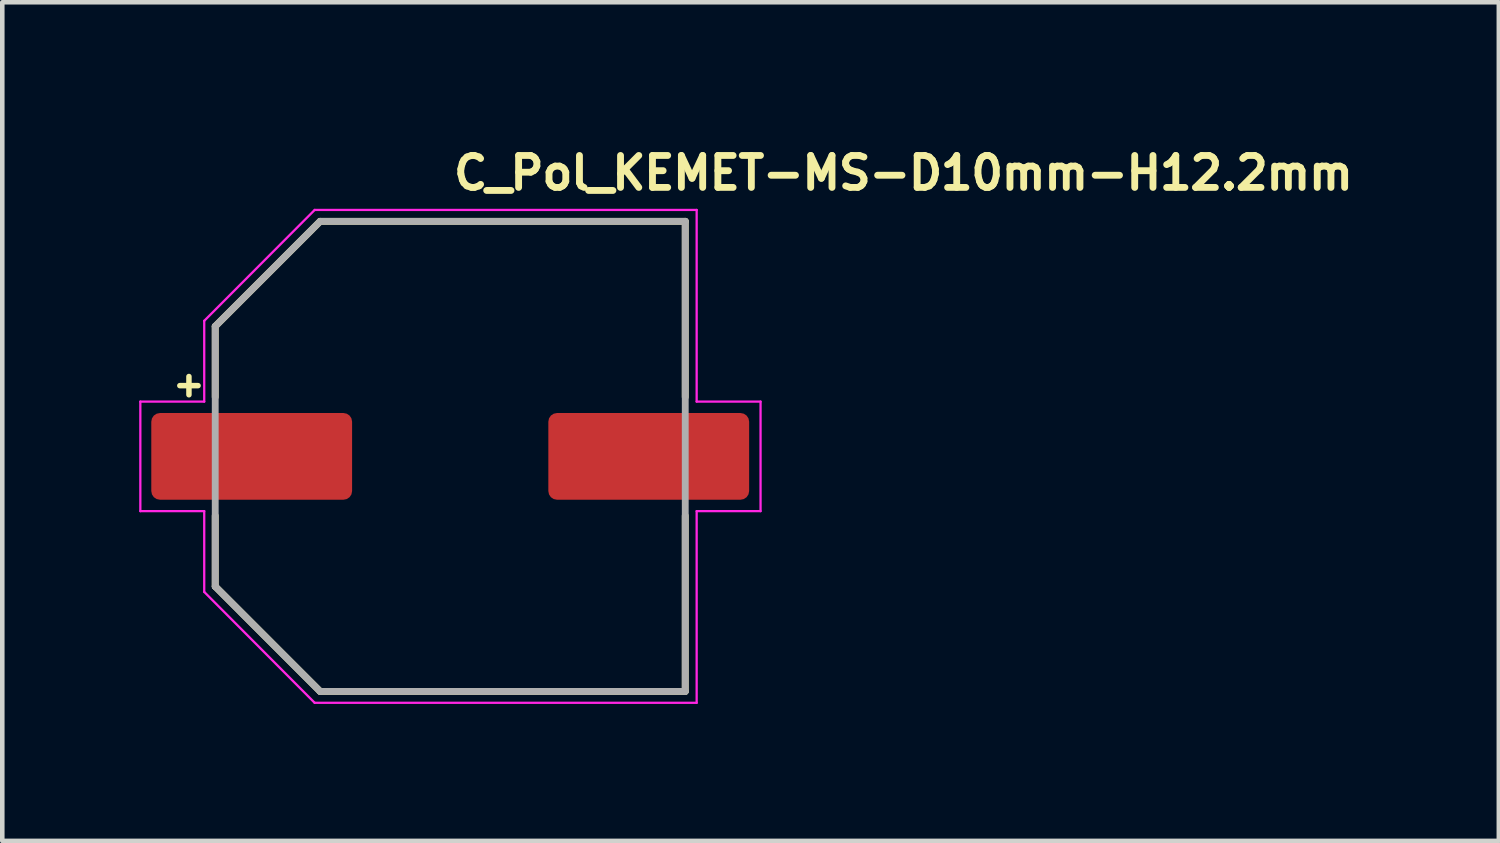
<source format=kicad_pcb>
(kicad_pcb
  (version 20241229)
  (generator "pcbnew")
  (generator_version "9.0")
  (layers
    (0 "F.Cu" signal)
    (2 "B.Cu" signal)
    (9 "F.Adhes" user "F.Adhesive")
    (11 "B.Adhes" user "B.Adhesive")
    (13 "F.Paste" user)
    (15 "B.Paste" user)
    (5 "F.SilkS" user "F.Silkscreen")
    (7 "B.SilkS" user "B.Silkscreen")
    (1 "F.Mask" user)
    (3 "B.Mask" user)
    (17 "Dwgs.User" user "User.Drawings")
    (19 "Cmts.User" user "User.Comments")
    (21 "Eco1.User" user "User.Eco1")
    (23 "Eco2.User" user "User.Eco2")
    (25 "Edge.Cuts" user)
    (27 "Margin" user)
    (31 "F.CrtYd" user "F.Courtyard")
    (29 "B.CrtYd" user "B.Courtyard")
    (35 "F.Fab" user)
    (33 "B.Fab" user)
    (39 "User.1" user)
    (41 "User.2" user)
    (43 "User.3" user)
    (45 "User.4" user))
  (footprint "C_Pol_KEMET-MS-D10mm-H12.2mm"
    (layer "F.Cu")
    (at 6.815 6.95)
    (property "Reference" "C_Pol_KEMET-MS-D10mm-H12.2mm" (at 0 -5.8 0) (layer "F.SilkS") (effects (font (size 0.7 0.7) (thickness 0.15)) (justify left bottom)))
    (attr smd)
    (fp_line (start -5.925 -1.55) (end -5.525 -1.55) (stroke (width 0.12) (type solid)) (layer "F.SilkS"))
    (fp_line (start -5.725 -1.75) (end -5.725 -1.35) (stroke (width 0.12) (type solid)) (layer "F.SilkS"))
    (fp_line (start -5.149 -2.85) (end -2.85 -5.15) (stroke (width 0.15) (type solid)) (layer "F.SilkS"))
    (fp_line (start -5.149 -1.3) (end -5.149 -2.85) (stroke (width 0.15) (type solid)) (layer "F.SilkS"))
    (fp_line (start -5.149 2.85) (end -5.149 1.3) (stroke (width 0.15) (type solid)) (layer "F.SilkS"))
    (fp_line (start -2.85 -5.15) (end 5.15 -5.15) (stroke (width 0.15) (type solid)) (layer "F.SilkS"))
    (fp_line (start -2.85 5.15) (end -5.149 2.85) (stroke (width 0.15) (type solid)) (layer "F.SilkS"))
    (fp_line (start 5.15 -5.15) (end 5.15 -1.3) (stroke (width 0.15) (type solid)) (layer "F.SilkS"))
    (fp_line (start 5.15 1.3) (end 5.15 5.15) (stroke (width 0.15) (type solid)) (layer "F.SilkS"))
    (fp_line (start 5.15 5.15) (end -2.85 5.15) (stroke (width 0.15) (type solid)) (layer "F.SilkS"))
    (fp_line (start -6.79 -1.2) (end -5.39 -1.2) (stroke (width 0.05) (type solid)) (layer "F.CrtYd"))
    (fp_line (start -6.79 1.2) (end -6.79 -1.2) (stroke (width 0.05) (type solid)) (layer "F.CrtYd"))
    (fp_line (start -5.39 -2.97) (end -2.97 -5.4) (stroke (width 0.05) (type solid)) (layer "F.CrtYd"))
    (fp_line (start -5.39 -1.2) (end -5.39 -2.97) (stroke (width 0.05) (type solid)) (layer "F.CrtYd"))
    (fp_line (start -5.39 1.2) (end -6.79 1.2) (stroke (width 0.05) (type solid)) (layer "F.CrtYd"))
    (fp_line (start -5.39 2.97) (end -5.39 1.2) (stroke (width 0.05) (type solid)) (layer "F.CrtYd"))
    (fp_line (start -2.97 -5.4) (end 5.4 -5.4) (stroke (width 0.05) (type solid)) (layer "F.CrtYd"))
    (fp_line (start -2.97 5.4) (end -5.39 2.97) (stroke (width 0.05) (type solid)) (layer "F.CrtYd"))
    (fp_line (start 5.4 -5.4) (end 5.4 -1.2) (stroke (width 0.05) (type solid)) (layer "F.CrtYd"))
    (fp_line (start 5.4 -1.2) (end 6.8 -1.2) (stroke (width 0.05) (type solid)) (layer "F.CrtYd"))
    (fp_line (start 5.4 1.2) (end 5.4 5.4) (stroke (width 0.05) (type solid)) (layer "F.CrtYd"))
    (fp_line (start 5.4 5.4) (end -2.97 5.4) (stroke (width 0.05) (type solid)) (layer "F.CrtYd"))
    (fp_line (start 6.8 -1.2) (end 6.8 1.2) (stroke (width 0.05) (type solid)) (layer "F.CrtYd"))
    (fp_line (start 6.8 1.2) (end 5.4 1.2) (stroke (width 0.05) (type solid)) (layer "F.CrtYd"))
    (fp_line (start -5.149 -2.85) (end -2.85 -5.15) (stroke (width 0.15) (type solid)) (layer "F.Fab"))
    (fp_line (start -5.149 2.85) (end -5.149 -2.85) (stroke (width 0.15) (type solid)) (layer "F.Fab"))
    (fp_line (start -2.85 -5.15) (end 5.15 -5.15) (stroke (width 0.15) (type solid)) (layer "F.Fab"))
    (fp_line (start -2.85 5.15) (end -5.149 2.85) (stroke (width 0.15) (type solid)) (layer "F.Fab"))
    (fp_line (start 5.15 -5.15) (end 5.15 5.15) (stroke (width 0.15) (type solid)) (layer "F.Fab"))
    (fp_line (start 5.15 5.15) (end -2.85 5.15) (stroke (width 0.15) (type solid)) (layer "F.Fab"))
    (fp_line (start -5.149 -2.85) (end -2.85 -5.15) (stroke (width 0.15) (type solid)) (layer "User.5"))
    (fp_line (start -5.149 2.85) (end -5.149 -2.85) (stroke (width 0.15) (type solid)) (layer "User.5"))
    (fp_line (start -2.85 -5.15) (end 5.15 -5.15) (stroke (width 0.15) (type solid)) (layer "User.5"))
    (fp_line (start -2.85 5.15) (end -5.149 2.85) (stroke (width 0.15) (type solid)) (layer "User.5"))
    (fp_line (start 5.15 -5.15) (end 5.15 5.15) (stroke (width 0.15) (type solid)) (layer "User.5"))
    (fp_line (start 5.15 5.15) (end -2.85 5.15) (stroke (width 0.15) (type solid)) (layer "User.5"))
    (fp_line (start -5.499 -0.5) (end -5.499 0.5) (stroke (width 0.02) (type solid)) (layer "User.9"))
    (fp_line (start -5.499 -0.5) (end -5.149 -0.5) (stroke (width 0.02) (type solid)) (layer "User.9"))
    (fp_line (start -5.499 0.5) (end -5.149 0.5) (stroke (width 0.02) (type solid)) (layer "User.9"))
    (fp_line (start -5.149 -2.9) (end -5.128 -2.891) (stroke (width 0.02) (type solid)) (layer "User.9"))
    (fp_line (start -5.149 -2.9) (end -2.9 -5.15) (stroke (width 0.02) (type solid)) (layer "User.9"))
    (fp_line (start -5.149 2.9) (end -5.149 -2.9) (stroke (width 0.02) (type solid)) (layer "User.9"))
    (fp_line (start -5.149 2.9) (end -5.128 2.891) (stroke (width 0.02) (type solid)) (layer "User.9"))
    (fp_line (start -5.135 -1.5) (end -5.134 -1.52) (stroke (width 0.02) (type solid)) (layer "User.9"))
    (fp_line (start -5.135 -1.5) (end -4.768 -1.5) (stroke (width 0.02) (type solid)) (layer "User.9"))
    (fp_line (start -5.135 1.5) (end -5.135 -1.5) (stroke (width 0.02) (type solid)) (layer "User.9"))
    (fp_line (start -5.135 1.5) (end -4.768 1.5) (stroke (width 0.02) (type solid)) (layer "User.9"))
    (fp_line (start -5.134 -1.52) (end -5.132 -1.546) (stroke (width 0.02) (type solid)) (layer "User.9"))
    (fp_line (start -5.134 1.52) (end -5.135 1.5) (stroke (width 0.02) (type solid)) (layer "User.9"))
    (fp_line (start -5.132 -1.546) (end -5.131 -1.576) (stroke (width 0.02) (type solid)) (layer "User.9"))
    (fp_line (start -5.132 1.546) (end -5.134 1.52) (stroke (width 0.02) (type solid)) (layer "User.9"))
    (fp_line (start -5.131 -1.576) (end -5.13 -1.61) (stroke (width 0.02) (type solid)) (layer "User.9"))
    (fp_line (start -5.13 -1.61) (end -5.128 -1.683) (stroke (width 0.02) (type solid)) (layer "User.9"))
    (fp_line (start -5.13 1.61) (end -5.132 1.546) (stroke (width 0.02) (type solid)) (layer "User.9"))
    (fp_line (start -5.128 -2.891) (end -2.891 -5.129) (stroke (width 0.02) (type solid)) (layer "User.9"))
    (fp_line (start -5.128 -1.759) (end -5.128 -2.891) (stroke (width 0.02) (type solid)) (layer "User.9"))
    (fp_line (start -5.128 -1.683) (end -5.128 -1.759) (stroke (width 0.02) (type solid)) (layer "User.9"))
    (fp_line (start -5.128 1.683) (end -5.13 1.61) (stroke (width 0.02) (type solid)) (layer "User.9"))
    (fp_line (start -5.128 1.759) (end -5.128 1.683) (stroke (width 0.02) (type solid)) (layer "User.9"))
    (fp_line (start -5.128 2.891) (end -5.128 1.759) (stroke (width 0.02) (type solid)) (layer "User.9"))
    (fp_line (start -4.999 0) (end -4.987 -0.333) (stroke (width 0.02) (type solid)) (layer "User.9"))
    (fp_line (start -4.996 0.167) (end -4.999 0) (stroke (width 0.02) (type solid)) (layer "User.9"))
    (fp_line (start -4.987 -0.333) (end -4.955 -0.662) (stroke (width 0.02) (type solid)) (layer "User.9"))
    (fp_line (start -4.987 0.333) (end -4.996 0.167) (stroke (width 0.02) (type solid)) (layer "User.9"))
    (fp_line (start -4.975 0.498) (end -4.987 0.333) (stroke (width 0.02) (type solid)) (layer "User.9"))
    (fp_line (start -4.955 -0.662) (end -4.9 -0.986) (stroke (width 0.02) (type solid)) (layer "User.9"))
    (fp_line (start -4.955 0.662) (end -4.975 0.498) (stroke (width 0.02) (type solid)) (layer "User.9"))
    (fp_line (start -4.93 0.825) (end -4.955 0.662) (stroke (width 0.02) (type solid)) (layer "User.9"))
    (fp_line (start -4.9 -0.986) (end -4.825 -1.304) (stroke (width 0.02) (type solid)) (layer "User.9"))
    (fp_line (start -4.9 0.986) (end -4.93 0.825) (stroke (width 0.02) (type solid)) (layer "User.9"))
    (fp_line (start -4.865 1.146) (end -4.9 0.986) (stroke (width 0.02) (type solid)) (layer "User.9"))
    (fp_line (start -4.825 -1.304) (end -4.73 -1.615) (stroke (width 0.02) (type solid)) (layer "User.9"))
    (fp_line (start -4.825 1.304) (end -4.865 1.146) (stroke (width 0.02) (type solid)) (layer "User.9"))
    (fp_line (start -4.78 1.461) (end -4.825 1.304) (stroke (width 0.02) (type solid)) (layer "User.9"))
    (fp_line (start -4.73 -1.615) (end -4.615 -1.919) (stroke (width 0.02) (type solid)) (layer "User.9"))
    (fp_line (start -4.73 1.615) (end -4.78 1.461) (stroke (width 0.02) (type solid)) (layer "User.9"))
    (fp_line (start -4.675 1.768) (end -4.73 1.615) (stroke (width 0.02) (type solid)) (layer "User.9"))
    (fp_line (start -4.615 -1.919) (end -4.481 -2.214) (stroke (width 0.02) (type solid)) (layer "User.9"))
    (fp_line (start -4.615 1.919) (end -4.675 1.768) (stroke (width 0.02) (type solid)) (layer "User.9"))
    (fp_line (start -4.551 2.068) (end -4.615 1.919) (stroke (width 0.02) (type solid)) (layer "User.9"))
    (fp_line (start -4.481 -2.214) (end -4.33 -2.5) (stroke (width 0.02) (type solid)) (layer "User.9"))
    (fp_line (start -4.481 2.214) (end -4.551 2.068) (stroke (width 0.02) (type solid)) (layer "User.9"))
    (fp_line (start -4.407 2.358) (end -4.481 2.214) (stroke (width 0.02) (type solid)) (layer "User.9"))
    (fp_line (start -4.33 -2.5) (end -4.159 -2.774) (stroke (width 0.02) (type solid)) (layer "User.9"))
    (fp_line (start -4.33 2.5) (end -4.407 2.358) (stroke (width 0.02) (type solid)) (layer "User.9"))
    (fp_line (start -4.246 2.638) (end -4.33 2.5) (stroke (width 0.02) (type solid)) (layer "User.9"))
    (fp_line (start -4.159 -2.774) (end -3.97 -3.038) (stroke (width 0.02) (type solid)) (layer "User.9"))
    (fp_line (start -4.159 2.774) (end -4.246 2.638) (stroke (width 0.02) (type solid)) (layer "User.9"))
    (fp_line (start -4.067 2.908) (end -4.159 2.774) (stroke (width 0.02) (type solid)) (layer "User.9"))
    (fp_line (start -3.97 -3.038) (end -3.765 -3.289) (stroke (width 0.02) (type solid)) (layer "User.9"))
    (fp_line (start -3.97 3.038) (end -4.067 2.908) (stroke (width 0.02) (type solid)) (layer "User.9"))
    (fp_line (start -3.87 3.165) (end -3.97 3.038) (stroke (width 0.02) (type solid)) (layer "User.9"))
    (fp_line (start -3.765 -3.289) (end -3.543 -3.527) (stroke (width 0.02) (type solid)) (layer "User.9"))
    (fp_line (start -3.765 3.289) (end -3.87 3.165) (stroke (width 0.02) (type solid)) (layer "User.9"))
    (fp_line (start -3.656 3.41) (end -3.765 3.289) (stroke (width 0.02) (type solid)) (layer "User.9"))
    (fp_line (start -3.543 -3.527) (end -3.305 -3.751) (stroke (width 0.02) (type solid)) (layer "User.9"))
    (fp_line (start -3.543 3.527) (end -3.656 3.41) (stroke (width 0.02) (type solid)) (layer "User.9"))
    (fp_line (start -3.426 3.641) (end -3.543 3.527) (stroke (width 0.02) (type solid)) (layer "User.9"))
    (fp_line (start -3.305 -3.751) (end -3.051 -3.96) (stroke (width 0.02) (type solid)) (layer "User.9"))
    (fp_line (start -3.305 3.751) (end -3.426 3.641) (stroke (width 0.02) (type solid)) (layer "User.9"))
    (fp_line (start -3.18 3.858) (end -3.305 3.751) (stroke (width 0.02) (type solid)) (layer "User.9"))
    (fp_line (start -3.051 -3.96) (end -2.783 -4.153) (stroke (width 0.02) (type solid)) (layer "User.9"))
    (fp_line (start -3.051 3.96) (end -3.18 3.858) (stroke (width 0.02) (type solid)) (layer "User.9"))
    (fp_line (start -2.919 4.059) (end -3.051 3.96) (stroke (width 0.02) (type solid)) (layer "User.9"))
    (fp_line (start -2.9 -5.15) (end -2.891 -5.129) (stroke (width 0.02) (type solid)) (layer "User.9"))
    (fp_line (start -2.9 -5.15) (end -1.5 -5.15) (stroke (width 0.02) (type solid)) (layer "User.9"))
    (fp_line (start -2.9 5.15) (end -5.149 2.9) (stroke (width 0.02) (type solid)) (layer "User.9"))
    (fp_line (start -2.9 5.15) (end -2.891 5.129) (stroke (width 0.02) (type solid)) (layer "User.9"))
    (fp_line (start -2.891 -5.129) (end -1.805 -5.129) (stroke (width 0.02) (type solid)) (layer "User.9"))
    (fp_line (start -2.891 5.129) (end -5.128 2.891) (stroke (width 0.02) (type solid)) (layer "User.9"))
    (fp_line (start -2.783 -4.153) (end -2.5 -4.33) (stroke (width 0.02) (type solid)) (layer "User.9"))
    (fp_line (start -2.783 4.153) (end -2.919 4.059) (stroke (width 0.02) (type solid)) (layer "User.9"))
    (fp_line (start -2.643 4.244) (end -2.783 4.153) (stroke (width 0.02) (type solid)) (layer "User.9"))
    (fp_line (start -2.5 -4.33) (end -2.5 -4.33) (stroke (width 0.02) (type solid)) (layer "User.9"))
    (fp_line (start -2.5 -4.33) (end -2.205 -4.487) (stroke (width 0.02) (type solid)) (layer "User.9"))
    (fp_line (start -2.5 4.33) (end -2.643 4.244) (stroke (width 0.02) (type solid)) (layer "User.9"))
    (fp_line (start -2.5 4.33) (end -2.5 4.33) (stroke (width 0.02) (type solid)) (layer "User.9"))
    (fp_line (start -2.205 -4.487) (end -1.904 -4.623) (stroke (width 0.02) (type solid)) (layer "User.9"))
    (fp_line (start -2.205 4.487) (end -2.5 4.33) (stroke (width 0.02) (type solid)) (layer "User.9"))
    (fp_line (start -1.904 -4.623) (end -1.596 -4.738) (stroke (width 0.02) (type solid)) (layer "User.9"))
    (fp_line (start -1.904 4.623) (end -2.205 4.487) (stroke (width 0.02) (type solid)) (layer "User.9"))
    (fp_line (start -1.805 -5.129) (end -1.752 -5.129) (stroke (width 0.02) (type solid)) (layer "User.9"))
    (fp_line (start -1.805 5.129) (end -2.891 5.129) (stroke (width 0.02) (type solid)) (layer "User.9"))
    (fp_line (start -1.752 -5.129) (end -1.698 -5.13) (stroke (width 0.02) (type solid)) (layer "User.9"))
    (fp_line (start -1.752 5.129) (end -1.805 5.129) (stroke (width 0.02) (type solid)) (layer "User.9"))
    (fp_line (start -1.698 -5.13) (end -1.646 -5.131) (stroke (width 0.02) (type solid)) (layer "User.9"))
    (fp_line (start -1.698 5.13) (end -1.752 5.129) (stroke (width 0.02) (type solid)) (layer "User.9"))
    (fp_line (start -1.646 -5.131) (end -1.599 -5.133) (stroke (width 0.02) (type solid)) (layer "User.9"))
    (fp_line (start -1.646 5.131) (end -1.698 5.13) (stroke (width 0.02) (type solid)) (layer "User.9"))
    (fp_line (start -1.599 -5.133) (end -1.599 -5.133) (stroke (width 0.02) (type solid)) (layer "User.9"))
    (fp_line (start -1.599 -5.133) (end -1.578 -5.134) (stroke (width 0.02) (type solid)) (layer "User.9"))
    (fp_line (start -1.599 5.133) (end -1.646 5.131) (stroke (width 0.02) (type solid)) (layer "User.9"))
    (fp_line (start -1.599 5.133) (end -1.599 5.133) (stroke (width 0.02) (type solid)) (layer "User.9"))
    (fp_line (start -1.596 -4.738) (end -1.283 -4.832) (stroke (width 0.02) (type solid)) (layer "User.9"))
    (fp_line (start -1.596 4.738) (end -1.904 4.623) (stroke (width 0.02) (type solid)) (layer "User.9"))
    (fp_line (start -1.578 -5.134) (end -1.56 -5.135) (stroke (width 0.02) (type solid)) (layer "User.9"))
    (fp_line (start -1.578 5.134) (end -1.599 5.133) (stroke (width 0.02) (type solid)) (layer "User.9"))
    (fp_line (start -1.56 -5.135) (end -1.544 -5.137) (stroke (width 0.02) (type solid)) (layer "User.9"))
    (fp_line (start -1.56 5.135) (end -1.578 5.134) (stroke (width 0.02) (type solid)) (layer "User.9"))
    (fp_line (start -1.544 -5.137) (end -1.531 -5.138) (stroke (width 0.02) (type solid)) (layer "User.9"))
    (fp_line (start -1.544 5.137) (end -1.56 5.135) (stroke (width 0.02) (type solid)) (layer "User.9"))
    (fp_line (start -1.537 5.137) (end -1.544 5.137) (stroke (width 0.02) (type solid)) (layer "User.9"))
    (fp_line (start -1.531 -5.138) (end -1.521 -5.139) (stroke (width 0.02) (type solid)) (layer "User.9"))
    (fp_line (start -1.531 5.138) (end -1.537 5.137) (stroke (width 0.02) (type solid)) (layer "User.9"))
    (fp_line (start -1.526 5.139) (end -1.531 5.138) (stroke (width 0.02) (type solid)) (layer "User.9"))
    (fp_line (start -1.521 -5.139) (end -1.513 -5.141) (stroke (width 0.02) (type solid)) (layer "User.9"))
    (fp_line (start -1.521 5.139) (end -1.526 5.139) (stroke (width 0.02) (type solid)) (layer "User.9"))
    (fp_line (start -1.517 5.14) (end -1.521 5.139) (stroke (width 0.02) (type solid)) (layer "User.9"))
    (fp_line (start -1.513 -5.141) (end -1.51 -5.141) (stroke (width 0.02) (type solid)) (layer "User.9"))
    (fp_line (start -1.513 5.141) (end -1.517 5.14) (stroke (width 0.02) (type solid)) (layer "User.9"))
    (fp_line (start -1.51 -5.141) (end -1.508 -5.142) (stroke (width 0.02) (type solid)) (layer "User.9"))
    (fp_line (start -1.51 5.141) (end -1.513 5.141) (stroke (width 0.02) (type solid)) (layer "User.9"))
    (fp_line (start -1.508 -5.142) (end -1.506 -5.143) (stroke (width 0.02) (type solid)) (layer "User.9"))
    (fp_line (start -1.508 5.142) (end -1.51 5.141) (stroke (width 0.02) (type solid)) (layer "User.9"))
    (fp_line (start -1.507 5.142) (end -1.508 5.142) (stroke (width 0.02) (type solid)) (layer "User.9"))
    (fp_line (start -1.506 -5.143) (end -1.506 -5.143) (stroke (width 0.02) (type solid)) (layer "User.9"))
    (fp_line (start -1.506 5.143) (end -1.507 5.142) (stroke (width 0.02) (type solid)) (layer "User.9"))
    (fp_line (start -1.506 5.143) (end -1.506 5.143) (stroke (width 0.02) (type solid)) (layer "User.9"))
    (fp_line (start -1.506 5.143) (end -1.506 5.143) (stroke (width 0.02) (type solid)) (layer "User.9"))
    (fp_line (start -1.506 5.143) (end -1.5 5.15) (stroke (width 0.02) (type solid)) (layer "User.9"))
    (fp_line (start -1.504 -5.129) (end -1.504 -5.129) (stroke (width 0.02) (type solid)) (layer "User.9"))
    (fp_line (start -1.504 -5.129) (end -1.504 -5.129) (stroke (width 0.02) (type solid)) (layer "User.9"))
    (fp_line (start -1.504 -5.129) (end -1.503 -5.129) (stroke (width 0.02) (type solid)) (layer "User.9"))
    (fp_line (start -1.504 5.129) (end -1.504 5.129) (stroke (width 0.02) (type solid)) (layer "User.9"))
    (fp_line (start -1.504 5.129) (end -1.504 5.129) (stroke (width 0.02) (type solid)) (layer "User.9"))
    (fp_line (start -1.503 -5.129) (end -1.5 -5.128) (stroke (width 0.02) (type solid)) (layer "User.9"))
    (fp_line (start -1.503 5.129) (end -1.504 5.129) (stroke (width 0.02) (type solid)) (layer "User.9"))
    (fp_line (start -1.5 -5.15) (end -1.506 -5.143) (stroke (width 0.02) (type solid)) (layer "User.9"))
    (fp_line (start -1.5 -5.15) (end -1.5 -5.128) (stroke (width 0.02) (type solid)) (layer "User.9"))
    (fp_line (start -1.5 -5.128) (end -1.496 -5.128) (stroke (width 0.02) (type solid)) (layer "User.9"))
    (fp_line (start -1.5 5.128) (end -1.5 5.15) (stroke (width 0.02) (type solid)) (layer "User.9"))
    (fp_line (start -1.5 5.15) (end -2.9 5.15) (stroke (width 0.02) (type solid)) (layer "User.9"))
    (fp_line (start -1.496 -5.128) (end -1.486 -5.127) (stroke (width 0.02) (type solid)) (layer "User.9"))
    (fp_line (start -1.496 5.128) (end -1.503 5.129) (stroke (width 0.02) (type solid)) (layer "User.9"))
    (fp_line (start -1.486 -5.127) (end -1.473 -5.126) (stroke (width 0.02) (type solid)) (layer "User.9"))
    (fp_line (start -1.486 5.127) (end -1.496 5.128) (stroke (width 0.02) (type solid)) (layer "User.9"))
    (fp_line (start -1.473 -5.126) (end -1.458 -5.125) (stroke (width 0.02) (type solid)) (layer "User.9"))
    (fp_line (start -1.473 5.126) (end -1.486 5.127) (stroke (width 0.02) (type solid)) (layer "User.9"))
    (fp_line (start -1.458 -5.125) (end -1.441 -5.125) (stroke (width 0.02) (type solid)) (layer "User.9"))
    (fp_line (start -1.458 5.125) (end -1.473 5.126) (stroke (width 0.02) (type solid)) (layer "User.9"))
    (fp_line (start -1.441 -5.125) (end -1.423 -5.125) (stroke (width 0.02) (type solid)) (layer "User.9"))
    (fp_line (start -1.441 5.125) (end -1.458 5.125) (stroke (width 0.02) (type solid)) (layer "User.9"))
    (fp_line (start -1.423 -5.125) (end -1.405 -5.125) (stroke (width 0.02) (type solid)) (layer "User.9"))
    (fp_line (start -1.423 5.125) (end -1.441 5.125) (stroke (width 0.02) (type solid)) (layer "User.9"))
    (fp_line (start -1.405 -5.125) (end 1.405 -5.125) (stroke (width 0.02) (type solid)) (layer "User.9"))
    (fp_line (start -1.405 5.125) (end -1.423 5.125) (stroke (width 0.02) (type solid)) (layer "User.9"))
    (fp_line (start -1.283 -4.832) (end -0.966 -4.905) (stroke (width 0.02) (type solid)) (layer "User.9"))
    (fp_line (start -1.283 4.832) (end -1.596 4.738) (stroke (width 0.02) (type solid)) (layer "User.9"))
    (fp_line (start -0.966 -4.905) (end -0.646 -4.958) (stroke (width 0.02) (type solid)) (layer "User.9"))
    (fp_line (start -0.966 4.905) (end -1.283 4.832) (stroke (width 0.02) (type solid)) (layer "User.9"))
    (fp_line (start -0.646 -4.958) (end -0.323 -4.989) (stroke (width 0.02) (type solid)) (layer "User.9"))
    (fp_line (start -0.646 4.958) (end -0.966 4.905) (stroke (width 0.02) (type solid)) (layer "User.9"))
    (fp_line (start -0.323 -4.989) (end 0 -5) (stroke (width 0.02) (type solid)) (layer "User.9"))
    (fp_line (start -0.323 4.989) (end -0.646 4.958) (stroke (width 0.02) (type solid)) (layer "User.9"))
    (fp_line (start 0 -5) (end 0.323 -4.989) (stroke (width 0.02) (type solid)) (layer "User.9"))
    (fp_line (start 0 5) (end -0.323 4.989) (stroke (width 0.02) (type solid)) (layer "User.9"))
    (fp_line (start 0.323 -4.989) (end 0.646 -4.958) (stroke (width 0.02) (type solid)) (layer "User.9"))
    (fp_line (start 0.323 4.989) (end 0 5) (stroke (width 0.02) (type solid)) (layer "User.9"))
    (fp_line (start 0.646 -4.958) (end 0.966 -4.905) (stroke (width 0.02) (type solid)) (layer "User.9"))
    (fp_line (start 0.646 4.958) (end 0.323 4.989) (stroke (width 0.02) (type solid)) (layer "User.9"))
    (fp_line (start 0.966 -4.905) (end 1.283 -4.832) (stroke (width 0.02) (type solid)) (layer "User.9"))
    (fp_line (start 0.966 4.905) (end 0.646 4.958) (stroke (width 0.02) (type solid)) (layer "User.9"))
    (fp_line (start 1.283 -4.832) (end 1.596 -4.738) (stroke (width 0.02) (type solid)) (layer "User.9"))
    (fp_line (start 1.283 4.832) (end 0.966 4.905) (stroke (width 0.02) (type solid)) (layer "User.9"))
    (fp_line (start 1.405 -5.125) (end 1.423 -5.125) (stroke (width 0.02) (type solid)) (layer "User.9"))
    (fp_line (start 1.405 5.125) (end -1.405 5.125) (stroke (width 0.02) (type solid)) (layer "User.9"))
    (fp_line (start 1.423 -5.125) (end 1.441 -5.125) (stroke (width 0.02) (type solid)) (layer "User.9"))
    (fp_line (start 1.423 5.125) (end 1.405 5.125) (stroke (width 0.02) (type solid)) (layer "User.9"))
    (fp_line (start 1.441 -5.125) (end 1.458 -5.125) (stroke (width 0.02) (type solid)) (layer "User.9"))
    (fp_line (start 1.441 5.125) (end 1.423 5.125) (stroke (width 0.02) (type solid)) (layer "User.9"))
    (fp_line (start 1.458 -5.125) (end 1.473 -5.126) (stroke (width 0.02) (type solid)) (layer "User.9"))
    (fp_line (start 1.458 5.125) (end 1.441 5.125) (stroke (width 0.02) (type solid)) (layer "User.9"))
    (fp_line (start 1.473 -5.126) (end 1.486 -5.127) (stroke (width 0.02) (type solid)) (layer "User.9"))
    (fp_line (start 1.473 5.126) (end 1.458 5.125) (stroke (width 0.02) (type solid)) (layer "User.9"))
    (fp_line (start 1.486 -5.127) (end 1.496 -5.128) (stroke (width 0.02) (type solid)) (layer "User.9"))
    (fp_line (start 1.486 5.127) (end 1.473 5.126) (stroke (width 0.02) (type solid)) (layer "User.9"))
    (fp_line (start 1.496 -5.128) (end 1.503 -5.129) (stroke (width 0.02) (type solid)) (layer "User.9"))
    (fp_line (start 1.496 5.128) (end 1.486 5.127) (stroke (width 0.02) (type solid)) (layer "User.9"))
    (fp_line (start 1.5 -5.15) (end 1.5 -5.128) (stroke (width 0.02) (type solid)) (layer "User.9"))
    (fp_line (start 1.5 5.128) (end 1.496 5.128) (stroke (width 0.02) (type solid)) (layer "User.9"))
    (fp_line (start 1.5 5.128) (end 1.5 5.15) (stroke (width 0.02) (type solid)) (layer "User.9"))
    (fp_line (start 1.5 5.15) (end 1.54 5.109) (stroke (width 0.02) (type solid)) (layer "User.9"))
    (fp_line (start 1.5 5.15) (end 4.65 5.15) (stroke (width 0.02) (type solid)) (layer "User.9"))
    (fp_line (start 1.503 -5.129) (end 1.504 -5.129) (stroke (width 0.02) (type solid)) (layer "User.9"))
    (fp_line (start 1.503 5.129) (end 1.5 5.128) (stroke (width 0.02) (type solid)) (layer "User.9"))
    (fp_line (start 1.504 -5.129) (end 1.504 -5.129) (stroke (width 0.02) (type solid)) (layer "User.9"))
    (fp_line (start 1.504 -5.129) (end 1.504 -5.129) (stroke (width 0.02) (type solid)) (layer "User.9"))
    (fp_line (start 1.504 5.129) (end 1.503 5.129) (stroke (width 0.02) (type solid)) (layer "User.9"))
    (fp_line (start 1.504 5.129) (end 1.504 5.129) (stroke (width 0.02) (type solid)) (layer "User.9"))
    (fp_line (start 1.504 5.129) (end 1.504 5.129) (stroke (width 0.02) (type solid)) (layer "User.9"))
    (fp_line (start 1.524 -4.761) (end 1.54 -4.772) (stroke (width 0.02) (type solid)) (layer "User.9"))
    (fp_line (start 1.54 -5.109) (end 1.5 -5.15) (stroke (width 0.02) (type solid)) (layer "User.9"))
    (fp_line (start 1.54 -5.109) (end 1.54 -5.109) (stroke (width 0.02) (type solid)) (layer "User.9"))
    (fp_line (start 1.54 -5.109) (end 1.541 -5.109) (stroke (width 0.02) (type solid)) (layer "User.9"))
    (fp_line (start 1.54 -4.772) (end 1.541 -4.773) (stroke (width 0.02) (type solid)) (layer "User.9"))
    (fp_line (start 1.54 4.772) (end 1.524 4.761) (stroke (width 0.02) (type solid)) (layer "User.9"))
    (fp_line (start 1.541 -5.109) (end 1.541 -5.108) (stroke (width 0.02) (type solid)) (layer "User.9"))
    (fp_line (start 1.541 -5.108) (end 1.542 -5.108) (stroke (width 0.02) (type solid)) (layer "User.9"))
    (fp_line (start 1.541 -4.773) (end 1.542 -4.773) (stroke (width 0.02) (type solid)) (layer "User.9"))
    (fp_line (start 1.541 5.109) (end 1.54 5.109) (stroke (width 0.02) (type solid)) (layer "User.9"))
    (fp_line (start 1.542 -5.108) (end 1.544 -5.107) (stroke (width 0.02) (type solid)) (layer "User.9"))
    (fp_line (start 1.542 -4.773) (end 1.548 -4.773) (stroke (width 0.02) (type solid)) (layer "User.9"))
    (fp_line (start 1.542 4.773) (end 1.54 4.772) (stroke (width 0.02) (type solid)) (layer "User.9"))
    (fp_line (start 1.542 5.108) (end 1.541 5.109) (stroke (width 0.02) (type solid)) (layer "User.9"))
    (fp_line (start 1.544 -5.107) (end 1.547 -5.107) (stroke (width 0.02) (type solid)) (layer "User.9"))
    (fp_line (start 1.544 5.107) (end 1.542 5.108) (stroke (width 0.02) (type solid)) (layer "User.9"))
    (fp_line (start 1.547 -5.107) (end 1.551 -5.106) (stroke (width 0.02) (type solid)) (layer "User.9"))
    (fp_line (start 1.547 5.107) (end 1.544 5.107) (stroke (width 0.02) (type solid)) (layer "User.9"))
    (fp_line (start 1.548 -4.773) (end 1.557 -4.772) (stroke (width 0.02) (type solid)) (layer "User.9"))
    (fp_line (start 1.548 4.773) (end 1.542 4.773) (stroke (width 0.02) (type solid)) (layer "User.9"))
    (fp_line (start 1.551 -5.106) (end 1.555 -5.105) (stroke (width 0.02) (type solid)) (layer "User.9"))
    (fp_line (start 1.555 -5.105) (end 1.56 -5.104) (stroke (width 0.02) (type solid)) (layer "User.9"))
    (fp_line (start 1.555 5.105) (end 1.547 5.107) (stroke (width 0.02) (type solid)) (layer "User.9"))
    (fp_line (start 1.557 -4.772) (end 1.568 -4.769) (stroke (width 0.02) (type solid)) (layer "User.9"))
    (fp_line (start 1.56 -5.104) (end 1.565 -5.104) (stroke (width 0.02) (type solid)) (layer "User.9"))
    (fp_line (start 1.565 -5.104) (end 1.571 -5.103) (stroke (width 0.02) (type solid)) (layer "User.9"))
    (fp_line (start 1.565 5.104) (end 1.555 5.105) (stroke (width 0.02) (type solid)) (layer "User.9"))
    (fp_line (start 1.568 -4.769) (end 1.582 -4.766) (stroke (width 0.02) (type solid)) (layer "User.9"))
    (fp_line (start 1.568 4.769) (end 1.548 4.773) (stroke (width 0.02) (type solid)) (layer "User.9"))
    (fp_line (start 1.571 -5.103) (end 1.578 -5.103) (stroke (width 0.02) (type solid)) (layer "User.9"))
    (fp_line (start 1.578 -5.103) (end 1.594 -5.101) (stroke (width 0.02) (type solid)) (layer "User.9"))
    (fp_line (start 1.578 5.103) (end 1.565 5.104) (stroke (width 0.02) (type solid)) (layer "User.9"))
    (fp_line (start 1.582 -4.766) (end 1.598 -4.762) (stroke (width 0.02) (type solid)) (layer "User.9"))
    (fp_line (start 1.594 -5.101) (end 1.612 -5.1) (stroke (width 0.02) (type solid)) (layer "User.9"))
    (fp_line (start 1.594 5.101) (end 1.578 5.103) (stroke (width 0.02) (type solid)) (layer "User.9"))
    (fp_line (start 1.596 -4.738) (end 1.904 -4.623) (stroke (width 0.02) (type solid)) (layer "User.9"))
    (fp_line (start 1.596 4.738) (end 1.283 4.832) (stroke (width 0.02) (type solid)) (layer "User.9"))
    (fp_line (start 1.598 -4.762) (end 1.636 -4.751) (stroke (width 0.02) (type solid)) (layer "User.9"))
    (fp_line (start 1.598 4.762) (end 1.568 4.769) (stroke (width 0.02) (type solid)) (layer "User.9"))
    (fp_line (start 1.612 -5.1) (end 1.633 -5.099) (stroke (width 0.02) (type solid)) (layer "User.9"))
    (fp_line (start 1.612 5.1) (end 1.594 5.101) (stroke (width 0.02) (type solid)) (layer "User.9"))
    (fp_line (start 1.633 -5.099) (end 1.633 -5.099) (stroke (width 0.02) (type solid)) (layer "User.9"))
    (fp_line (start 1.633 -5.099) (end 1.68 -5.097) (stroke (width 0.02) (type solid)) (layer "User.9"))
    (fp_line (start 1.633 5.099) (end 1.612 5.1) (stroke (width 0.02) (type solid)) (layer "User.9"))
    (fp_line (start 1.633 5.099) (end 1.633 5.099) (stroke (width 0.02) (type solid)) (layer "User.9"))
    (fp_line (start 1.636 -4.751) (end 1.681 -4.737) (stroke (width 0.02) (type solid)) (layer "User.9"))
    (fp_line (start 1.637 4.751) (end 1.598 4.762) (stroke (width 0.02) (type solid)) (layer "User.9"))
    (fp_line (start 1.68 -5.097) (end 1.732 -5.096) (stroke (width 0.02) (type solid)) (layer "User.9"))
    (fp_line (start 1.68 5.097) (end 1.633 5.099) (stroke (width 0.02) (type solid)) (layer "User.9"))
    (fp_line (start 1.681 -4.737) (end 1.731 -4.721) (stroke (width 0.02) (type solid)) (layer "User.9"))
    (fp_line (start 1.681 4.737) (end 1.637 4.751) (stroke (width 0.02) (type solid)) (layer "User.9"))
    (fp_line (start 1.731 -4.721) (end 1.757 -4.712) (stroke (width 0.02) (type solid)) (layer "User.9"))
    (fp_line (start 1.731 4.721) (end 1.681 4.737) (stroke (width 0.02) (type solid)) (layer "User.9"))
    (fp_line (start 1.732 -5.096) (end 1.786 -5.095) (stroke (width 0.02) (type solid)) (layer "User.9"))
    (fp_line (start 1.732 5.096) (end 1.68 5.097) (stroke (width 0.02) (type solid)) (layer "User.9"))
    (fp_line (start 1.757 -4.712) (end 1.784 -4.702) (stroke (width 0.02) (type solid)) (layer "User.9"))
    (fp_line (start 1.784 -4.702) (end 1.812 -4.692) (stroke (width 0.02) (type solid)) (layer "User.9"))
    (fp_line (start 1.784 4.702) (end 1.731 4.721) (stroke (width 0.02) (type solid)) (layer "User.9"))
    (fp_line (start 1.786 -5.095) (end 1.839 -5.094) (stroke (width 0.02) (type solid)) (layer "User.9"))
    (fp_line (start 1.786 5.095) (end 1.732 5.096) (stroke (width 0.02) (type solid)) (layer "User.9"))
    (fp_line (start 1.812 -4.692) (end 1.839 -4.681) (stroke (width 0.02) (type solid)) (layer "User.9"))
    (fp_line (start 1.839 -5.094) (end 4.65 -5.094) (stroke (width 0.02) (type solid)) (layer "User.9"))
    (fp_line (start 1.839 -4.681) (end 2.08 -4.579) (stroke (width 0.02) (type solid)) (layer "User.9"))
    (fp_line (start 1.839 4.681) (end 1.784 4.702) (stroke (width 0.02) (type solid)) (layer "User.9"))
    (fp_line (start 1.839 5.094) (end 1.786 5.095) (stroke (width 0.02) (type solid)) (layer "User.9"))
    (fp_line (start 1.904 -4.623) (end 2.205 -4.487) (stroke (width 0.02) (type solid)) (layer "User.9"))
    (fp_line (start 1.904 4.623) (end 1.596 4.738) (stroke (width 0.02) (type solid)) (layer "User.9"))
    (fp_line (start 2 -4.363) (end 2.154 -4.289) (stroke (width 0.02) (type solid)) (layer "User.9"))
    (fp_line (start 2.075 4.327) (end 2 4.363) (stroke (width 0.02) (type solid)) (layer "User.9"))
    (fp_line (start 2.08 -4.579) (end 2.314 -4.465) (stroke (width 0.02) (type solid)) (layer "User.9"))
    (fp_line (start 2.08 4.579) (end 1.839 4.681) (stroke (width 0.02) (type solid)) (layer "User.9"))
    (fp_line (start 2.151 4.291) (end 2.075 4.327) (stroke (width 0.02) (type solid)) (layer "User.9"))
    (fp_line (start 2.154 -4.289) (end 2.305 -4.21) (stroke (width 0.02) (type solid)) (layer "User.9"))
    (fp_line (start 2.205 -4.487) (end 2.5 -4.33) (stroke (width 0.02) (type solid)) (layer "User.9"))
    (fp_line (start 2.205 4.487) (end 1.904 4.623) (stroke (width 0.02) (type solid)) (layer "User.9"))
    (fp_line (start 2.225 4.252) (end 2.151 4.291) (stroke (width 0.02) (type solid)) (layer "User.9"))
    (fp_line (start 2.299 4.213) (end 2.225 4.252) (stroke (width 0.02) (type solid)) (layer "User.9"))
    (fp_line (start 2.305 -4.21) (end 2.454 -4.125) (stroke (width 0.02) (type solid)) (layer "User.9"))
    (fp_line (start 2.314 -4.465) (end 2.541 -4.34) (stroke (width 0.02) (type solid)) (layer "User.9"))
    (fp_line (start 2.314 4.465) (end 2.08 4.579) (stroke (width 0.02) (type solid)) (layer "User.9"))
    (fp_line (start 2.372 4.172) (end 2.299 4.213) (stroke (width 0.02) (type solid)) (layer "User.9"))
    (fp_line (start 2.445 4.13) (end 2.372 4.172) (stroke (width 0.02) (type solid)) (layer "User.9"))
    (fp_line (start 2.454 -4.125) (end 2.599 -4.033) (stroke (width 0.02) (type solid)) (layer "User.9"))
    (fp_line (start 2.5 -4.33) (end 2.5 -4.33) (stroke (width 0.02) (type solid)) (layer "User.9"))
    (fp_line (start 2.5 -4.33) (end 2.643 -4.244) (stroke (width 0.02) (type solid)) (layer "User.9"))
    (fp_line (start 2.5 4.33) (end 2.205 4.487) (stroke (width 0.02) (type solid)) (layer "User.9"))
    (fp_line (start 2.5 4.33) (end 2.5 4.33) (stroke (width 0.02) (type solid)) (layer "User.9"))
    (fp_line (start 2.516 4.086) (end 2.445 4.13) (stroke (width 0.02) (type solid)) (layer "User.9"))
    (fp_line (start 2.541 -4.34) (end 2.76 -4.204) (stroke (width 0.02) (type solid)) (layer "User.9"))
    (fp_line (start 2.541 4.34) (end 2.314 4.465) (stroke (width 0.02) (type solid)) (layer "User.9"))
    (fp_line (start 2.587 4.041) (end 2.516 4.086) (stroke (width 0.02) (type solid)) (layer "User.9"))
    (fp_line (start 2.587 4.041) (end 2.587 4.041) (stroke (width 0.02) (type solid)) (layer "User.9"))
    (fp_line (start 2.599 -4.033) (end 2.742 -3.939) (stroke (width 0.02) (type solid)) (layer "User.9"))
    (fp_line (start 2.617 4.024) (end 2.587 4.041) (stroke (width 0.02) (type solid)) (layer "User.9"))
    (fp_line (start 2.643 -4.244) (end 2.783 -4.153) (stroke (width 0.02) (type solid)) (layer "User.9"))
    (fp_line (start 2.647 4.004) (end 2.617 4.024) (stroke (width 0.02) (type solid)) (layer "User.9"))
    (fp_line (start 2.713 3.959) (end 2.647 4.004) (stroke (width 0.02) (type solid)) (layer "User.9"))
    (fp_line (start 2.742 -3.939) (end 2.88 -3.839) (stroke (width 0.02) (type solid)) (layer "User.9"))
    (fp_line (start 2.76 -4.204) (end 2.972 -4.057) (stroke (width 0.02) (type solid)) (layer "User.9"))
    (fp_line (start 2.76 4.204) (end 2.541 4.34) (stroke (width 0.02) (type solid)) (layer "User.9"))
    (fp_line (start 2.783 -4.153) (end 2.919 -4.059) (stroke (width 0.02) (type solid)) (layer "User.9"))
    (fp_line (start 2.783 4.153) (end 2.5 4.33) (stroke (width 0.02) (type solid)) (layer "User.9"))
    (fp_line (start 2.785 3.909) (end 2.713 3.959) (stroke (width 0.02) (type solid)) (layer "User.9"))
    (fp_line (start 2.863 3.852) (end 2.785 3.909) (stroke (width 0.02) (type solid)) (layer "User.9"))
    (fp_line (start 2.863 3.852) (end 2.863 3.852) (stroke (width 0.02) (type solid)) (layer "User.9"))
    (fp_line (start 2.88 -3.839) (end 3.015 -3.734) (stroke (width 0.02) (type solid)) (layer "User.9"))
    (fp_line (start 2.892 3.83) (end 2.863 3.852) (stroke (width 0.02) (type solid)) (layer "User.9"))
    (fp_line (start 2.919 -4.059) (end 3.051 -3.96) (stroke (width 0.02) (type solid)) (layer "User.9"))
    (fp_line (start 2.92 3.808) (end 2.892 3.83) (stroke (width 0.02) (type solid)) (layer "User.9"))
    (fp_line (start 2.971 3.769) (end 2.92 3.808) (stroke (width 0.02) (type solid)) (layer "User.9"))
    (fp_line (start 2.972 -4.057) (end 3.175 -3.9) (stroke (width 0.02) (type solid)) (layer "User.9"))
    (fp_line (start 2.972 4.057) (end 2.76 4.204) (stroke (width 0.02) (type solid)) (layer "User.9"))
    (fp_line (start 3.014 3.735) (end 2.971 3.769) (stroke (width 0.02) (type solid)) (layer "User.9"))
    (fp_line (start 3.015 -3.734) (end 3.146 -3.624) (stroke (width 0.02) (type solid)) (layer "User.9"))
    (fp_line (start 3.05 3.706) (end 3.014 3.735) (stroke (width 0.02) (type solid)) (layer "User.9"))
    (fp_line (start 3.051 -3.96) (end 3.18 -3.858) (stroke (width 0.02) (type solid)) (layer "User.9"))
    (fp_line (start 3.051 3.96) (end 2.783 4.153) (stroke (width 0.02) (type solid)) (layer "User.9"))
    (fp_line (start 3.079 3.682) (end 3.05 3.706) (stroke (width 0.02) (type solid)) (layer "User.9"))
    (fp_line (start 3.101 3.663) (end 3.079 3.682) (stroke (width 0.02) (type solid)) (layer "User.9"))
    (fp_line (start 3.125 3.642) (end 3.101 3.663) (stroke (width 0.02) (type solid)) (layer "User.9"))
    (fp_line (start 3.125 3.642) (end 3.125 3.642) (stroke (width 0.02) (type solid)) (layer "User.9"))
    (fp_line (start 3.146 -3.624) (end 3.274 -3.509) (stroke (width 0.02) (type solid)) (layer "User.9"))
    (fp_line (start 3.175 -3.9) (end 3.37 -3.733) (stroke (width 0.02) (type solid)) (layer "User.9"))
    (fp_line (start 3.175 3.9) (end 2.972 4.057) (stroke (width 0.02) (type solid)) (layer "User.9"))
    (fp_line (start 3.18 -3.858) (end 3.305 -3.751) (stroke (width 0.02) (type solid)) (layer "User.9"))
    (fp_line (start 3.191 3.585) (end 3.125 3.642) (stroke (width 0.02) (type solid)) (layer "User.9"))
    (fp_line (start 3.256 3.527) (end 3.191 3.585) (stroke (width 0.02) (type solid)) (layer "User.9"))
    (fp_line (start 3.274 -3.509) (end 3.397 -3.39) (stroke (width 0.02) (type solid)) (layer "User.9"))
    (fp_line (start 3.305 -3.751) (end 3.426 -3.641) (stroke (width 0.02) (type solid)) (layer "User.9"))
    (fp_line (start 3.305 3.751) (end 3.051 3.96) (stroke (width 0.02) (type solid)) (layer "User.9"))
    (fp_line (start 3.319 3.467) (end 3.256 3.527) (stroke (width 0.02) (type solid)) (layer "User.9"))
    (fp_line (start 3.37 -3.733) (end 3.556 -3.556) (stroke (width 0.02) (type solid)) (layer "User.9"))
    (fp_line (start 3.37 3.733) (end 3.175 3.9) (stroke (width 0.02) (type solid)) (layer "User.9"))
    (fp_line (start 3.382 3.406) (end 3.319 3.467) (stroke (width 0.02) (type solid)) (layer "User.9"))
    (fp_line (start 3.397 -3.39) (end 3.516 -3.267) (stroke (width 0.02) (type solid)) (layer "User.9"))
    (fp_line (start 3.426 -3.641) (end 3.543 -3.527) (stroke (width 0.02) (type solid)) (layer "User.9"))
    (fp_line (start 3.443 3.344) (end 3.382 3.406) (stroke (width 0.02) (type solid)) (layer "User.9"))
    (fp_line (start 3.504 3.281) (end 3.443 3.344) (stroke (width 0.02) (type solid)) (layer "User.9"))
    (fp_line (start 3.516 -3.267) (end 3.63 -3.14) (stroke (width 0.02) (type solid)) (layer "User.9"))
    (fp_line (start 3.543 -3.527) (end 3.656 -3.41) (stroke (width 0.02) (type solid)) (layer "User.9"))
    (fp_line (start 3.543 3.527) (end 3.305 3.751) (stroke (width 0.02) (type solid)) (layer "User.9"))
    (fp_line (start 3.556 -3.556) (end 3.733 -3.37) (stroke (width 0.02) (type solid)) (layer "User.9"))
    (fp_line (start 3.556 3.556) (end 3.37 3.733) (stroke (width 0.02) (type solid)) (layer "User.9"))
    (fp_line (start 3.563 3.216) (end 3.504 3.281) (stroke (width 0.02) (type solid)) (layer "User.9"))
    (fp_line (start 3.621 3.151) (end 3.563 3.216) (stroke (width 0.02) (type solid)) (layer "User.9"))
    (fp_line (start 3.63 -3.14) (end 3.74 -3.008) (stroke (width 0.02) (type solid)) (layer "User.9"))
    (fp_line (start 3.656 -3.41) (end 3.765 -3.289) (stroke (width 0.02) (type solid)) (layer "User.9"))
    (fp_line (start 3.677 3.084) (end 3.621 3.151) (stroke (width 0.02) (type solid)) (layer "User.9"))
    (fp_line (start 3.733 -3.37) (end 3.9 -3.175) (stroke (width 0.02) (type solid)) (layer "User.9"))
    (fp_line (start 3.733 3.017) (end 3.677 3.084) (stroke (width 0.02) (type solid)) (layer "User.9"))
    (fp_line (start 3.733 3.37) (end 3.556 3.556) (stroke (width 0.02) (type solid)) (layer "User.9"))
    (fp_line (start 3.74 -3.008) (end 3.844 -2.873) (stroke (width 0.02) (type solid)) (layer "User.9"))
    (fp_line (start 3.765 -3.289) (end 3.87 -3.165) (stroke (width 0.02) (type solid)) (layer "User.9"))
    (fp_line (start 3.765 3.289) (end 3.543 3.527) (stroke (width 0.02) (type solid)) (layer "User.9"))
    (fp_line (start 3.787 2.948) (end 3.733 3.017) (stroke (width 0.02) (type solid)) (layer "User.9"))
    (fp_line (start 3.839 2.879) (end 3.787 2.948) (stroke (width 0.02) (type solid)) (layer "User.9"))
    (fp_line (start 3.844 -2.873) (end 3.944 -2.734) (stroke (width 0.02) (type solid)) (layer "User.9"))
    (fp_line (start 3.87 -3.165) (end 3.97 -3.038) (stroke (width 0.02) (type solid)) (layer "User.9"))
    (fp_line (start 3.892 2.809) (end 3.839 2.879) (stroke (width 0.02) (type solid)) (layer "User.9"))
    (fp_line (start 3.9 -3.175) (end 4.057 -2.972) (stroke (width 0.02) (type solid)) (layer "User.9"))
    (fp_line (start 3.9 3.175) (end 3.733 3.37) (stroke (width 0.02) (type solid)) (layer "User.9"))
    (fp_line (start 3.942 2.737) (end 3.892 2.809) (stroke (width 0.02) (type solid)) (layer "User.9"))
    (fp_line (start 3.944 -2.734) (end 4.039 -2.592) (stroke (width 0.02) (type solid)) (layer "User.9"))
    (fp_line (start 3.97 -3.038) (end 4.067 -2.908) (stroke (width 0.02) (type solid)) (layer "User.9"))
    (fp_line (start 3.97 3.038) (end 3.765 3.289) (stroke (width 0.02) (type solid)) (layer "User.9"))
    (fp_line (start 3.991 2.665) (end 3.942 2.737) (stroke (width 0.02) (type solid)) (layer "User.9"))
    (fp_line (start 4.039 -2.592) (end 4.039 -2.592) (stroke (width 0.02) (type solid)) (layer "User.9"))
    (fp_line (start 4.039 -2.592) (end 4.131 -2.443) (stroke (width 0.02) (type solid)) (layer "User.9"))
    (fp_line (start 4.039 2.592) (end 3.991 2.665) (stroke (width 0.02) (type solid)) (layer "User.9"))
    (fp_line (start 4.039 2.592) (end 4.039 2.592) (stroke (width 0.02) (type solid)) (layer "User.9"))
    (fp_line (start 4.057 -2.972) (end 4.204 -2.76) (stroke (width 0.02) (type solid)) (layer "User.9"))
    (fp_line (start 4.057 2.972) (end 3.9 3.175) (stroke (width 0.02) (type solid)) (layer "User.9"))
    (fp_line (start 4.067 -2.908) (end 4.159 -2.774) (stroke (width 0.02) (type solid)) (layer "User.9"))
    (fp_line (start 4.129 2.446) (end 4.039 2.592) (stroke (width 0.02) (type solid)) (layer "User.9"))
    (fp_line (start 4.131 -2.443) (end 4.217 -2.291) (stroke (width 0.02) (type solid)) (layer "User.9"))
    (fp_line (start 4.159 -2.774) (end 4.246 -2.638) (stroke (width 0.02) (type solid)) (layer "User.9"))
    (fp_line (start 4.159 2.774) (end 3.97 3.038) (stroke (width 0.02) (type solid)) (layer "User.9"))
    (fp_line (start 4.204 -2.76) (end 4.34 -2.541) (stroke (width 0.02) (type solid)) (layer "User.9"))
    (fp_line (start 4.204 2.76) (end 4.057 2.972) (stroke (width 0.02) (type solid)) (layer "User.9"))
    (fp_line (start 4.214 2.297) (end 4.129 2.446) (stroke (width 0.02) (type solid)) (layer "User.9"))
    (fp_line (start 4.217 -2.291) (end 4.298 -2.136) (stroke (width 0.02) (type solid)) (layer "User.9"))
    (fp_line (start 4.246 -2.638) (end 4.33 -2.5) (stroke (width 0.02) (type solid)) (layer "User.9"))
    (fp_line (start 4.293 2.146) (end 4.214 2.297) (stroke (width 0.02) (type solid)) (layer "User.9"))
    (fp_line (start 4.298 -2.136) (end 4.373 -1.978) (stroke (width 0.02) (type solid)) (layer "User.9"))
    (fp_line (start 4.33 -2.5) (end 4.408 -2.358) (stroke (width 0.02) (type solid)) (layer "User.9"))
    (fp_line (start 4.33 2.5) (end 4.159 2.774) (stroke (width 0.02) (type solid)) (layer "User.9"))
    (fp_line (start 4.34 -2.541) (end 4.465 -2.314) (stroke (width 0.02) (type solid)) (layer "User.9"))
    (fp_line (start 4.34 2.541) (end 4.204 2.76) (stroke (width 0.02) (type solid)) (layer "User.9"))
    (fp_line (start 4.367 1.991) (end 4.293 2.146) (stroke (width 0.02) (type solid)) (layer "User.9"))
    (fp_line (start 4.373 -1.978) (end 4.442 -1.818) (stroke (width 0.02) (type solid)) (layer "User.9"))
    (fp_line (start 4.408 -2.358) (end 4.482 -2.214) (stroke (width 0.02) (type solid)) (layer "User.9"))
    (fp_line (start 4.435 1.834) (end 4.367 1.991) (stroke (width 0.02) (type solid)) (layer "User.9"))
    (fp_line (start 4.442 -1.818) (end 4.505 -1.655) (stroke (width 0.02) (type solid)) (layer "User.9"))
    (fp_line (start 4.465 -2.314) (end 4.579 -2.08) (stroke (width 0.02) (type solid)) (layer "User.9"))
    (fp_line (start 4.465 2.314) (end 4.34 2.541) (stroke (width 0.02) (type solid)) (layer "User.9"))
    (fp_line (start 4.482 -2.214) (end 4.552 -2.068) (stroke (width 0.02) (type solid)) (layer "User.9"))
    (fp_line (start 4.482 2.214) (end 4.33 2.5) (stroke (width 0.02) (type solid)) (layer "User.9"))
    (fp_line (start 4.497 1.675) (end 4.435 1.834) (stroke (width 0.02) (type solid)) (layer "User.9"))
    (fp_line (start 4.505 -1.655) (end 4.563 -1.49) (stroke (width 0.02) (type solid)) (layer "User.9"))
    (fp_line (start 4.552 -2.068) (end 4.616 -1.919) (stroke (width 0.02) (type solid)) (layer "User.9"))
    (fp_line (start 4.554 1.514) (end 4.497 1.675) (stroke (width 0.02) (type solid)) (layer "User.9"))
    (fp_line (start 4.563 -1.49) (end 4.613 -1.323) (stroke (width 0.02) (type solid)) (layer "User.9"))
    (fp_line (start 4.579 -2.08) (end 4.681 -1.839) (stroke (width 0.02) (type solid)) (layer "User.9"))
    (fp_line (start 4.579 2.08) (end 4.465 2.314) (stroke (width 0.02) (type solid)) (layer "User.9"))
    (fp_line (start 4.605 1.35) (end 4.554 1.514) (stroke (width 0.02) (type solid)) (layer "User.9"))
    (fp_line (start 4.613 -1.323) (end 4.613 -1.323) (stroke (width 0.02) (type solid)) (layer "User.9"))
    (fp_line (start 4.613 -1.323) (end 4.622 -1.293) (stroke (width 0.02) (type solid)) (layer "User.9"))
    (fp_line (start 4.616 -1.919) (end 4.676 -1.768) (stroke (width 0.02) (type solid)) (layer "User.9"))
    (fp_line (start 4.616 1.919) (end 4.482 2.214) (stroke (width 0.02) (type solid)) (layer "User.9"))
    (fp_line (start 4.622 -1.293) (end 4.63 -1.265) (stroke (width 0.02) (type solid)) (layer "User.9"))
    (fp_line (start 4.63 -1.265) (end 4.64 -1.228) (stroke (width 0.02) (type solid)) (layer "User.9"))
    (fp_line (start 4.64 -1.228) (end 4.651 -1.184) (stroke (width 0.02) (type solid)) (layer "User.9"))
    (fp_line (start 4.65 -5.15) (end 1.5 -5.15) (stroke (width 0.02) (type solid)) (layer "User.9"))
    (fp_line (start 4.65 -5.094) (end 4.672 -5.094) (stroke (width 0.02) (type solid)) (layer "User.9"))
    (fp_line (start 4.65 5.094) (end 1.839 5.094) (stroke (width 0.02) (type solid)) (layer "User.9"))
    (fp_line (start 4.65 5.15) (end 4.674 5.149) (stroke (width 0.02) (type solid)) (layer "User.9"))
    (fp_line (start 4.651 -1.184) (end 4.664 -1.13) (stroke (width 0.02) (type solid)) (layer "User.9"))
    (fp_line (start 4.651 1.185) (end 4.605 1.35) (stroke (width 0.02) (type solid)) (layer "User.9"))
    (fp_line (start 4.664 -1.13) (end 4.679 -1.068) (stroke (width 0.02) (type solid)) (layer "User.9"))
    (fp_line (start 4.672 -5.094) (end 4.695 -5.092) (stroke (width 0.02) (type solid)) (layer "User.9"))
    (fp_line (start 4.672 5.094) (end 4.65 5.094) (stroke (width 0.02) (type solid)) (layer "User.9"))
    (fp_line (start 4.674 -5.149) (end 4.65 -5.15) (stroke (width 0.02) (type solid)) (layer "User.9"))
    (fp_line (start 4.674 5.149) (end 4.699 5.147) (stroke (width 0.02) (type solid)) (layer "User.9"))
    (fp_line (start 4.676 -1.768) (end 4.731 -1.615) (stroke (width 0.02) (type solid)) (layer "User.9"))
    (fp_line (start 4.679 -1.068) (end 4.695 -0.997) (stroke (width 0.02) (type solid)) (layer "User.9"))
    (fp_line (start 4.681 -1.839) (end 4.702 -1.784) (stroke (width 0.02) (type solid)) (layer "User.9"))
    (fp_line (start 4.681 1.839) (end 4.579 2.08) (stroke (width 0.02) (type solid)) (layer "User.9"))
    (fp_line (start 4.69 1.019) (end 4.651 1.185) (stroke (width 0.02) (type solid)) (layer "User.9"))
    (fp_line (start 4.692 1.812) (end 4.681 1.839) (stroke (width 0.02) (type solid)) (layer "User.9"))
    (fp_line (start 4.695 -5.092) (end 4.717 -5.089) (stroke (width 0.02) (type solid)) (layer "User.9"))
    (fp_line (start 4.695 -0.997) (end 4.695 -0.997) (stroke (width 0.02) (type solid)) (layer "User.9"))
    (fp_line (start 4.695 -0.997) (end 4.714 -0.903) (stroke (width 0.02) (type solid)) (layer "User.9"))
    (fp_line (start 4.695 5.092) (end 4.672 5.094) (stroke (width 0.02) (type solid)) (layer "User.9"))
    (fp_line (start 4.699 -5.147) (end 4.674 -5.149) (stroke (width 0.02) (type solid)) (layer "User.9"))
    (fp_line (start 4.699 5.147) (end 4.723 5.144) (stroke (width 0.02) (type solid)) (layer "User.9"))
    (fp_line (start 4.702 -1.784) (end 4.721 -1.731) (stroke (width 0.02) (type solid)) (layer "User.9"))
    (fp_line (start 4.702 1.784) (end 4.692 1.812) (stroke (width 0.02) (type solid)) (layer "User.9"))
    (fp_line (start 4.712 1.757) (end 4.702 1.784) (stroke (width 0.02) (type solid)) (layer "User.9"))
    (fp_line (start 4.714 -0.903) (end 4.73 -0.816) (stroke (width 0.02) (type solid)) (layer "User.9"))
    (fp_line (start 4.717 -5.089) (end 4.739 -5.085) (stroke (width 0.02) (type solid)) (layer "User.9"))
    (fp_line (start 4.717 5.089) (end 4.695 5.092) (stroke (width 0.02) (type solid)) (layer "User.9"))
    (fp_line (start 4.721 -1.731) (end 4.737 -1.681) (stroke (width 0.02) (type solid)) (layer "User.9"))
    (fp_line (start 4.721 1.731) (end 4.712 1.757) (stroke (width 0.02) (type solid)) (layer "User.9"))
    (fp_line (start 4.723 -5.144) (end 4.699 -5.147) (stroke (width 0.02) (type solid)) (layer "User.9"))
    (fp_line (start 4.723 0.851) (end 4.69 1.019) (stroke (width 0.02) (type solid)) (layer "User.9"))
    (fp_line (start 4.723 5.144) (end 4.748 5.14) (stroke (width 0.02) (type solid)) (layer "User.9"))
    (fp_line (start 4.73 -0.816) (end 4.743 -0.738) (stroke (width 0.02) (type solid)) (layer "User.9"))
    (fp_line (start 4.731 -1.615) (end 4.781 -1.461) (stroke (width 0.02) (type solid)) (layer "User.9"))
    (fp_line (start 4.731 1.615) (end 4.616 1.919) (stroke (width 0.02) (type solid)) (layer "User.9"))
    (fp_line (start 4.737 -1.681) (end 4.751 -1.637) (stroke (width 0.02) (type solid)) (layer "User.9"))
    (fp_line (start 4.737 1.681) (end 4.721 1.731) (stroke (width 0.02) (type solid)) (layer "User.9"))
    (fp_line (start 4.739 -5.085) (end 4.761 -5.08) (stroke (width 0.02) (type solid)) (layer "User.9"))
    (fp_line (start 4.739 5.085) (end 4.717 5.089) (stroke (width 0.02) (type solid)) (layer "User.9"))
    (fp_line (start 4.743 -0.738) (end 4.753 -0.668) (stroke (width 0.02) (type solid)) (layer "User.9"))
    (fp_line (start 4.748 -5.14) (end 4.723 -5.144) (stroke (width 0.02) (type solid)) (layer "User.9"))
    (fp_line (start 4.748 5.14) (end 4.771 5.134) (stroke (width 0.02) (type solid)) (layer "User.9"))
    (fp_line (start 4.751 -1.637) (end 4.762 -1.598) (stroke (width 0.02) (type solid)) (layer "User.9"))
    (fp_line (start 4.751 0.682) (end 4.723 0.851) (stroke (width 0.02) (type solid)) (layer "User.9"))
    (fp_line (start 4.751 1.636) (end 4.737 1.681) (stroke (width 0.02) (type solid)) (layer "User.9"))
    (fp_line (start 4.753 -0.668) (end 4.753 -0.668) (stroke (width 0.02) (type solid)) (layer "User.9"))
    (fp_line (start 4.753 -0.668) (end 4.764 -0.584) (stroke (width 0.02) (type solid)) (layer "User.9"))
    (fp_line (start 4.761 -5.08) (end 4.782 -5.074) (stroke (width 0.02) (type solid)) (layer "User.9"))
    (fp_line (start 4.761 1.524) (end 4.772 1.54) (stroke (width 0.02) (type solid)) (layer "User.9"))
    (fp_line (start 4.761 5.08) (end 4.739 5.085) (stroke (width 0.02) (type solid)) (layer "User.9"))
    (fp_line (start 4.762 -1.598) (end 4.769 -1.568) (stroke (width 0.02) (type solid)) (layer "User.9"))
    (fp_line (start 4.762 1.598) (end 4.751 1.636) (stroke (width 0.02) (type solid)) (layer "User.9"))
    (fp_line (start 4.764 -0.584) (end 4.773 -0.501) (stroke (width 0.02) (type solid)) (layer "User.9"))
    (fp_line (start 4.766 1.582) (end 4.762 1.598) (stroke (width 0.02) (type solid)) (layer "User.9"))
    (fp_line (start 4.769 -1.568) (end 4.773 -1.548) (stroke (width 0.02) (type solid)) (layer "User.9"))
    (fp_line (start 4.769 1.568) (end 4.766 1.582) (stroke (width 0.02) (type solid)) (layer "User.9"))
    (fp_line (start 4.771 -5.134) (end 4.748 -5.14) (stroke (width 0.02) (type solid)) (layer "User.9"))
    (fp_line (start 4.771 5.134) (end 4.795 5.128) (stroke (width 0.02) (type solid)) (layer "User.9"))
    (fp_line (start 4.772 -1.54) (end 4.761 -1.524) (stroke (width 0.02) (type solid)) (layer "User.9"))
    (fp_line (start 4.772 0.512) (end 4.751 0.682) (stroke (width 0.02) (type solid)) (layer "User.9"))
    (fp_line (start 4.772 1.54) (end 4.773 1.541) (stroke (width 0.02) (type solid)) (layer "User.9"))
    (fp_line (start 4.772 1.557) (end 4.769 1.568) (stroke (width 0.02) (type solid)) (layer "User.9"))
    (fp_line (start 4.773 -1.548) (end 4.773 -1.542) (stroke (width 0.02) (type solid)) (layer "User.9"))
    (fp_line (start 4.773 -1.542) (end 4.772 -1.54) (stroke (width 0.02) (type solid)) (layer "User.9"))
    (fp_line (start 4.773 -0.501) (end 4.781 -0.418) (stroke (width 0.02) (type solid)) (layer "User.9"))
    (fp_line (start 4.773 1.541) (end 4.773 1.542) (stroke (width 0.02) (type solid)) (layer "User.9"))
    (fp_line (start 4.773 1.542) (end 4.773 1.548) (stroke (width 0.02) (type solid)) (layer "User.9"))
    (fp_line (start 4.773 1.548) (end 4.772 1.557) (stroke (width 0.02) (type solid)) (layer "User.9"))
    (fp_line (start 4.781 -1.461) (end 4.826 -1.304) (stroke (width 0.02) (type solid)) (layer "User.9"))
    (fp_line (start 4.781 -0.418) (end 4.788 -0.334) (stroke (width 0.02) (type solid)) (layer "User.9"))
    (fp_line (start 4.782 -5.074) (end 4.802 -5.067) (stroke (width 0.02) (type solid)) (layer "User.9"))
    (fp_line (start 4.782 5.074) (end 4.761 5.08) (stroke (width 0.02) (type solid)) (layer "User.9"))
    (fp_line (start 4.787 0.342) (end 4.772 0.512) (stroke (width 0.02) (type solid)) (layer "User.9"))
    (fp_line (start 4.788 -0.334) (end 4.793 -0.251) (stroke (width 0.02) (type solid)) (layer "User.9"))
    (fp_line (start 4.793 -0.251) (end 4.797 -0.167) (stroke (width 0.02) (type solid)) (layer "User.9"))
    (fp_line (start 4.795 -5.128) (end 4.771 -5.134) (stroke (width 0.02) (type solid)) (layer "User.9"))
    (fp_line (start 4.795 5.128) (end 4.818 5.12) (stroke (width 0.02) (type solid)) (layer "User.9"))
    (fp_line (start 4.797 -0.167) (end 4.799 -0.083) (stroke (width 0.02) (type solid)) (layer "User.9"))
    (fp_line (start 4.797 0.171) (end 4.787 0.342) (stroke (width 0.02) (type solid)) (layer "User.9"))
    (fp_line (start 4.799 -0.083) (end 4.8 0) (stroke (width 0.02) (type solid)) (layer "User.9"))
    (fp_line (start 4.8 0) (end 4.797 0.171) (stroke (width 0.02) (type solid)) (layer "User.9"))
    (fp_line (start 4.802 -5.067) (end 4.823 -5.06) (stroke (width 0.02) (type solid)) (layer "User.9"))
    (fp_line (start 4.802 5.067) (end 4.782 5.074) (stroke (width 0.02) (type solid)) (layer "User.9"))
    (fp_line (start 4.818 -5.12) (end 4.795 -5.128) (stroke (width 0.02) (type solid)) (layer "User.9"))
    (fp_line (start 4.818 5.12) (end 4.841 5.111) (stroke (width 0.02) (type solid)) (layer "User.9"))
    (fp_line (start 4.823 -5.06) (end 4.842 -5.051) (stroke (width 0.02) (type solid)) (layer "User.9"))
    (fp_line (start 4.823 5.06) (end 4.802 5.067) (stroke (width 0.02) (type solid)) (layer "User.9"))
    (fp_line (start 4.826 -1.304) (end 4.866 -1.146) (stroke (width 0.02) (type solid)) (layer "User.9"))
    (fp_line (start 4.826 1.304) (end 4.731 1.615) (stroke (width 0.02) (type solid)) (layer "User.9"))
    (fp_line (start 4.841 -5.111) (end 4.818 -5.12) (stroke (width 0.02) (type solid)) (layer "User.9"))
    (fp_line (start 4.841 5.111) (end 4.863 5.102) (stroke (width 0.02) (type solid)) (layer "User.9"))
    (fp_line (start 4.842 -5.051) (end 4.862 -5.041) (stroke (width 0.02) (type solid)) (layer "User.9"))
    (fp_line (start 4.842 5.051) (end 4.823 5.06) (stroke (width 0.02) (type solid)) (layer "User.9"))
    (fp_line (start 4.862 -5.041) (end 4.88 -5.03) (stroke (width 0.02) (type solid)) (layer "User.9"))
    (fp_line (start 4.862 5.041) (end 4.842 5.051) (stroke (width 0.02) (type solid)) (layer "User.9"))
    (fp_line (start 4.863 -5.102) (end 4.841 -5.111) (stroke (width 0.02) (type solid)) (layer "User.9"))
    (fp_line (start 4.863 5.102) (end 4.885 5.091) (stroke (width 0.02) (type solid)) (layer "User.9"))
    (fp_line (start 4.866 -1.146) (end 4.901 -0.986) (stroke (width 0.02) (type solid)) (layer "User.9"))
    (fp_line (start 4.88 -5.03) (end 4.898 -5.018) (stroke (width 0.02) (type solid)) (layer "User.9"))
    (fp_line (start 4.88 5.03) (end 4.862 5.041) (stroke (width 0.02) (type solid)) (layer "User.9"))
    (fp_line (start 4.885 -5.091) (end 4.863 -5.102) (stroke (width 0.02) (type solid)) (layer "User.9"))
    (fp_line (start 4.885 5.091) (end 4.906 5.079) (stroke (width 0.02) (type solid)) (layer "User.9"))
    (fp_line (start 4.898 -5.018) (end 4.916 -5.006) (stroke (width 0.02) (type solid)) (layer "User.9"))
    (fp_line (start 4.898 5.018) (end 4.88 5.03) (stroke (width 0.02) (type solid)) (layer "User.9"))
    (fp_line (start 4.901 -0.986) (end 4.931 -0.825) (stroke (width 0.02) (type solid)) (layer "User.9"))
    (fp_line (start 4.901 0.986) (end 4.826 1.304) (stroke (width 0.02) (type solid)) (layer "User.9"))
    (fp_line (start 4.906 -5.079) (end 4.885 -5.091) (stroke (width 0.02) (type solid)) (layer "User.9"))
    (fp_line (start 4.906 5.079) (end 4.927 5.065) (stroke (width 0.02) (type solid)) (layer "User.9"))
    (fp_line (start 4.916 -5.006) (end 4.933 -4.993) (stroke (width 0.02) (type solid)) (layer "User.9"))
    (fp_line (start 4.916 5.006) (end 4.898 5.018) (stroke (width 0.02) (type solid)) (layer "User.9"))
    (fp_line (start 4.927 -5.065) (end 4.906 -5.079) (stroke (width 0.02) (type solid)) (layer "User.9"))
    (fp_line (start 4.927 5.065) (end 4.947 5.051) (stroke (width 0.02) (type solid)) (layer "User.9"))
    (fp_line (start 4.931 -0.825) (end 4.956 -0.662) (stroke (width 0.02) (type solid)) (layer "User.9"))
    (fp_line (start 4.933 -4.993) (end 4.949 -4.979) (stroke (width 0.02) (type solid)) (layer "User.9"))
    (fp_line (start 4.933 4.993) (end 4.916 5.006) (stroke (width 0.02) (type solid)) (layer "User.9"))
    (fp_line (start 4.947 -5.051) (end 4.927 -5.065) (stroke (width 0.02) (type solid)) (layer "User.9"))
    (fp_line (start 4.947 5.051) (end 4.966 5.036) (stroke (width 0.02) (type solid)) (layer "User.9"))
    (fp_line (start 4.949 -4.979) (end 4.964 -4.964) (stroke (width 0.02) (type solid)) (layer "User.9"))
    (fp_line (start 4.949 4.979) (end 4.933 4.993) (stroke (width 0.02) (type solid)) (layer "User.9"))
    (fp_line (start 4.956 -0.662) (end 4.975 -0.498) (stroke (width 0.02) (type solid)) (layer "User.9"))
    (fp_line (start 4.956 0.662) (end 4.901 0.986) (stroke (width 0.02) (type solid)) (layer "User.9"))
    (fp_line (start 4.964 -4.964) (end 4.979 -4.949) (stroke (width 0.02) (type solid)) (layer "User.9"))
    (fp_line (start 4.964 4.964) (end 4.949 4.979) (stroke (width 0.02) (type solid)) (layer "User.9"))
    (fp_line (start 4.966 -5.036) (end 4.947 -5.051) (stroke (width 0.02) (type solid)) (layer "User.9"))
    (fp_line (start 4.966 5.036) (end 4.985 5.02) (stroke (width 0.02) (type solid)) (layer "User.9"))
    (fp_line (start 4.975 -0.498) (end 4.988 -0.333) (stroke (width 0.02) (type solid)) (layer "User.9"))
    (fp_line (start 4.979 -4.949) (end 4.993 -4.933) (stroke (width 0.02) (type solid)) (layer "User.9"))
    (fp_line (start 4.979 4.949) (end 4.964 4.964) (stroke (width 0.02) (type solid)) (layer "User.9"))
    (fp_line (start 4.985 -5.02) (end 4.966 -5.036) (stroke (width 0.02) (type solid)) (layer "User.9"))
    (fp_line (start 4.985 5.02) (end 5.003 5.003) (stroke (width 0.02) (type solid)) (layer "User.9"))
    (fp_line (start 4.988 -0.333) (end 4.997 -0.167) (stroke (width 0.02) (type solid)) (layer "User.9"))
    (fp_line (start 4.988 0.333) (end 4.956 0.662) (stroke (width 0.02) (type solid)) (layer "User.9"))
    (fp_line (start 4.993 -4.933) (end 5.006 -4.916) (stroke (width 0.02) (type solid)) (layer "User.9"))
    (fp_line (start 4.993 4.933) (end 4.979 4.949) (stroke (width 0.02) (type solid)) (layer "User.9"))
    (fp_line (start 4.997 -0.167) (end 5 0) (stroke (width 0.02) (type solid)) (layer "User.9"))
    (fp_line (start 5 0) (end 4.988 0.333) (stroke (width 0.02) (type solid)) (layer "User.9"))
    (fp_line (start 5.003 -5.003) (end 4.985 -5.02) (stroke (width 0.02) (type solid)) (layer "User.9"))
    (fp_line (start 5.003 -5.003) (end 5.003 -5.003) (stroke (width 0.02) (type solid)) (layer "User.9"))
    (fp_line (start 5.003 5.003) (end 5.003 5.003) (stroke (width 0.02) (type solid)) (layer "User.9"))
    (fp_line (start 5.003 5.003) (end 5.02 4.985) (stroke (width 0.02) (type solid)) (layer "User.9"))
    (fp_line (start 5.006 -4.916) (end 5.018 -4.898) (stroke (width 0.02) (type solid)) (layer "User.9"))
    (fp_line (start 5.006 4.916) (end 4.993 4.933) (stroke (width 0.02) (type solid)) (layer "User.9"))
    (fp_line (start 5.018 -4.898) (end 5.03 -4.88) (stroke (width 0.02) (type solid)) (layer "User.9"))
    (fp_line (start 5.018 4.898) (end 5.006 4.916) (stroke (width 0.02) (type solid)) (layer "User.9"))
    (fp_line (start 5.02 -4.985) (end 5.003 -5.003) (stroke (width 0.02) (type solid)) (layer "User.9"))
    (fp_line (start 5.02 4.985) (end 5.036 4.966) (stroke (width 0.02) (type solid)) (layer "User.9"))
    (fp_line (start 5.03 -4.88) (end 5.041 -4.862) (stroke (width 0.02) (type solid)) (layer "User.9"))
    (fp_line (start 5.03 4.88) (end 5.018 4.898) (stroke (width 0.02) (type solid)) (layer "User.9"))
    (fp_line (start 5.036 -4.966) (end 5.02 -4.985) (stroke (width 0.02) (type solid)) (layer "User.9"))
    (fp_line (start 5.036 4.966) (end 5.051 4.947) (stroke (width 0.02) (type solid)) (layer "User.9"))
    (fp_line (start 5.041 -4.862) (end 5.051 -4.842) (stroke (width 0.02) (type solid)) (layer "User.9"))
    (fp_line (start 5.041 4.862) (end 5.03 4.88) (stroke (width 0.02) (type solid)) (layer "User.9"))
    (fp_line (start 5.051 -4.947) (end 5.036 -4.966) (stroke (width 0.02) (type solid)) (layer "User.9"))
    (fp_line (start 5.051 -4.842) (end 5.06 -4.823) (stroke (width 0.02) (type solid)) (layer "User.9"))
    (fp_line (start 5.051 4.842) (end 5.041 4.862) (stroke (width 0.02) (type solid)) (layer "User.9"))
    (fp_line (start 5.051 4.947) (end 5.065 4.927) (stroke (width 0.02) (type solid)) (layer "User.9"))
    (fp_line (start 5.06 -4.823) (end 5.067 -4.802) (stroke (width 0.02) (type solid)) (layer "User.9"))
    (fp_line (start 5.06 4.823) (end 5.051 4.842) (stroke (width 0.02) (type solid)) (layer "User.9"))
    (fp_line (start 5.065 -4.927) (end 5.051 -4.947) (stroke (width 0.02) (type solid)) (layer "User.9"))
    (fp_line (start 5.065 4.927) (end 5.079 4.906) (stroke (width 0.02) (type solid)) (layer "User.9"))
    (fp_line (start 5.067 -4.802) (end 5.074 -4.782) (stroke (width 0.02) (type solid)) (layer "User.9"))
    (fp_line (start 5.067 4.802) (end 5.06 4.823) (stroke (width 0.02) (type solid)) (layer "User.9"))
    (fp_line (start 5.074 -4.782) (end 5.08 -4.761) (stroke (width 0.02) (type solid)) (layer "User.9"))
    (fp_line (start 5.074 4.782) (end 5.067 4.802) (stroke (width 0.02) (type solid)) (layer "User.9"))
    (fp_line (start 5.079 -4.906) (end 5.065 -4.927) (stroke (width 0.02) (type solid)) (layer "User.9"))
    (fp_line (start 5.079 4.906) (end 5.091 4.885) (stroke (width 0.02) (type solid)) (layer "User.9"))
    (fp_line (start 5.08 -4.761) (end 5.085 -4.739) (stroke (width 0.02) (type solid)) (layer "User.9"))
    (fp_line (start 5.08 4.761) (end 5.074 4.782) (stroke (width 0.02) (type solid)) (layer "User.9"))
    (fp_line (start 5.085 -4.739) (end 5.089 -4.717) (stroke (width 0.02) (type solid)) (layer "User.9"))
    (fp_line (start 5.085 4.739) (end 5.08 4.761) (stroke (width 0.02) (type solid)) (layer "User.9"))
    (fp_line (start 5.089 -4.717) (end 5.092 -4.695) (stroke (width 0.02) (type solid)) (layer "User.9"))
    (fp_line (start 5.089 4.717) (end 5.085 4.739) (stroke (width 0.02) (type solid)) (layer "User.9"))
    (fp_line (start 5.091 -4.885) (end 5.079 -4.906) (stroke (width 0.02) (type solid)) (layer "User.9"))
    (fp_line (start 5.091 4.885) (end 5.102 4.863) (stroke (width 0.02) (type solid)) (layer "User.9"))
    (fp_line (start 5.092 -4.695) (end 5.094 -4.672) (stroke (width 0.02) (type solid)) (layer "User.9"))
    (fp_line (start 5.092 4.695) (end 5.089 4.717) (stroke (width 0.02) (type solid)) (layer "User.9"))
    (fp_line (start 5.094 -4.672) (end 5.094 -4.65) (stroke (width 0.02) (type solid)) (layer "User.9"))
    (fp_line (start 5.094 -4.65) (end 5.094 -1.839) (stroke (width 0.02) (type solid)) (layer "User.9"))
    (fp_line (start 5.094 -1.839) (end 5.095 -1.786) (stroke (width 0.02) (type solid)) (layer "User.9"))
    (fp_line (start 5.094 1.839) (end 5.094 4.65) (stroke (width 0.02) (type solid)) (layer "User.9"))
    (fp_line (start 5.094 4.65) (end 5.094 4.672) (stroke (width 0.02) (type solid)) (layer "User.9"))
    (fp_line (start 5.094 4.672) (end 5.092 4.695) (stroke (width 0.02) (type solid)) (layer "User.9"))
    (fp_line (start 5.095 -1.786) (end 5.096 -1.732) (stroke (width 0.02) (type solid)) (layer "User.9"))
    (fp_line (start 5.095 1.786) (end 5.094 1.839) (stroke (width 0.02) (type solid)) (layer "User.9"))
    (fp_line (start 5.096 -1.732) (end 5.097 -1.68) (stroke (width 0.02) (type solid)) (layer "User.9"))
    (fp_line (start 5.096 1.732) (end 5.095 1.786) (stroke (width 0.02) (type solid)) (layer "User.9"))
    (fp_line (start 5.097 -1.68) (end 5.099 -1.633) (stroke (width 0.02) (type solid)) (layer "User.9"))
    (fp_line (start 5.097 1.68) (end 5.096 1.732) (stroke (width 0.02) (type solid)) (layer "User.9"))
    (fp_line (start 5.099 -1.633) (end 5.099 -1.633) (stroke (width 0.02) (type solid)) (layer "User.9"))
    (fp_line (start 5.099 -1.633) (end 5.1 -1.612) (stroke (width 0.02) (type solid)) (layer "User.9"))
    (fp_line (start 5.099 1.633) (end 5.097 1.68) (stroke (width 0.02) (type solid)) (layer "User.9"))
    (fp_line (start 5.099 1.633) (end 5.099 1.633) (stroke (width 0.02) (type solid)) (layer "User.9"))
    (fp_line (start 5.1 -1.612) (end 5.101 -1.594) (stroke (width 0.02) (type solid)) (layer "User.9"))
    (fp_line (start 5.1 1.612) (end 5.099 1.633) (stroke (width 0.02) (type solid)) (layer "User.9"))
    (fp_line (start 5.101 -1.594) (end 5.103 -1.578) (stroke (width 0.02) (type solid)) (layer "User.9"))
    (fp_line (start 5.101 1.594) (end 5.1 1.612) (stroke (width 0.02) (type solid)) (layer "User.9"))
    (fp_line (start 5.102 -4.863) (end 5.091 -4.885) (stroke (width 0.02) (type solid)) (layer "User.9"))
    (fp_line (start 5.102 4.863) (end 5.111 4.841) (stroke (width 0.02) (type solid)) (layer "User.9"))
    (fp_line (start 5.103 -1.578) (end 5.104 -1.565) (stroke (width 0.02) (type solid)) (layer "User.9"))
    (fp_line (start 5.103 1.571) (end 5.103 1.578) (stroke (width 0.02) (type solid)) (layer "User.9"))
    (fp_line (start 5.103 1.578) (end 5.101 1.594) (stroke (width 0.02) (type solid)) (layer "User.9"))
    (fp_line (start 5.104 -1.565) (end 5.105 -1.555) (stroke (width 0.02) (type solid)) (layer "User.9"))
    (fp_line (start 5.104 1.56) (end 5.104 1.565) (stroke (width 0.02) (type solid)) (layer "User.9"))
    (fp_line (start 5.104 1.565) (end 5.103 1.571) (stroke (width 0.02) (type solid)) (layer "User.9"))
    (fp_line (start 5.105 -1.555) (end 5.107 -1.547) (stroke (width 0.02) (type solid)) (layer "User.9"))
    (fp_line (start 5.105 1.555) (end 5.104 1.56) (stroke (width 0.02) (type solid)) (layer "User.9"))
    (fp_line (start 5.106 1.551) (end 5.105 1.555) (stroke (width 0.02) (type solid)) (layer "User.9"))
    (fp_line (start 5.107 -1.547) (end 5.107 -1.544) (stroke (width 0.02) (type solid)) (layer "User.9"))
    (fp_line (start 5.107 -1.544) (end 5.108 -1.542) (stroke (width 0.02) (type solid)) (layer "User.9"))
    (fp_line (start 5.107 1.544) (end 5.107 1.547) (stroke (width 0.02) (type solid)) (layer "User.9"))
    (fp_line (start 5.107 1.547) (end 5.106 1.551) (stroke (width 0.02) (type solid)) (layer "User.9"))
    (fp_line (start 5.108 -1.542) (end 5.109 -1.541) (stroke (width 0.02) (type solid)) (layer "User.9"))
    (fp_line (start 5.108 1.541) (end 5.108 1.542) (stroke (width 0.02) (type solid)) (layer "User.9"))
    (fp_line (start 5.108 1.542) (end 5.107 1.544) (stroke (width 0.02) (type solid)) (layer "User.9"))
    (fp_line (start 5.109 -1.541) (end 5.109 -1.54) (stroke (width 0.02) (type solid)) (layer "User.9"))
    (fp_line (start 5.109 -1.54) (end 5.131 -1.518) (stroke (width 0.02) (type solid)) (layer "User.9"))
    (fp_line (start 5.109 1.54) (end 5.109 1.54) (stroke (width 0.02) (type solid)) (layer "User.9"))
    (fp_line (start 5.109 1.54) (end 5.109 1.541) (stroke (width 0.02) (type solid)) (layer "User.9"))
    (fp_line (start 5.109 1.541) (end 5.108 1.541) (stroke (width 0.02) (type solid)) (layer "User.9"))
    (fp_line (start 5.111 -4.841) (end 5.102 -4.863) (stroke (width 0.02) (type solid)) (layer "User.9"))
    (fp_line (start 5.111 4.841) (end 5.12 4.818) (stroke (width 0.02) (type solid)) (layer "User.9"))
    (fp_line (start 5.12 -4.818) (end 5.111 -4.841) (stroke (width 0.02) (type solid)) (layer "User.9"))
    (fp_line (start 5.12 4.818) (end 5.128 4.795) (stroke (width 0.02) (type solid)) (layer "User.9"))
    (fp_line (start 5.128 -4.795) (end 5.12 -4.818) (stroke (width 0.02) (type solid)) (layer "User.9"))
    (fp_line (start 5.128 4.795) (end 5.134 4.771) (stroke (width 0.02) (type solid)) (layer "User.9"))
    (fp_line (start 5.131 -1.518) (end 5.132 -1.518) (stroke (width 0.02) (type solid)) (layer "User.9"))
    (fp_line (start 5.131 1.518) (end 5.109 1.54) (stroke (width 0.02) (type solid)) (layer "User.9"))
    (fp_line (start 5.132 -1.518) (end 5.132 -1.517) (stroke (width 0.02) (type solid)) (layer "User.9"))
    (fp_line (start 5.132 -1.517) (end 5.132 -1.516) (stroke (width 0.02) (type solid)) (layer "User.9"))
    (fp_line (start 5.132 -1.516) (end 5.133 -1.513) (stroke (width 0.02) (type solid)) (layer "User.9"))
    (fp_line (start 5.132 1.516) (end 5.132 1.517) (stroke (width 0.02) (type solid)) (layer "User.9"))
    (fp_line (start 5.132 1.517) (end 5.132 1.518) (stroke (width 0.02) (type solid)) (layer "User.9"))
    (fp_line (start 5.132 1.518) (end 5.131 1.518) (stroke (width 0.02) (type solid)) (layer "User.9"))
    (fp_line (start 5.133 -1.513) (end 5.133 -1.509) (stroke (width 0.02) (type solid)) (layer "User.9"))
    (fp_line (start 5.133 -1.509) (end 5.134 -1.499) (stroke (width 0.02) (type solid)) (layer "User.9"))
    (fp_line (start 5.133 1.509) (end 5.132 1.516) (stroke (width 0.02) (type solid)) (layer "User.9"))
    (fp_line (start 5.134 -4.771) (end 5.128 -4.795) (stroke (width 0.02) (type solid)) (layer "User.9"))
    (fp_line (start 5.134 -1.499) (end 5.135 -1.486) (stroke (width 0.02) (type solid)) (layer "User.9"))
    (fp_line (start 5.134 1.499) (end 5.133 1.509) (stroke (width 0.02) (type solid)) (layer "User.9"))
    (fp_line (start 5.134 4.771) (end 5.14 4.748) (stroke (width 0.02) (type solid)) (layer "User.9"))
    (fp_line (start 5.135 -1.486) (end 5.136 -1.471) (stroke (width 0.02) (type solid)) (layer "User.9"))
    (fp_line (start 5.135 1.486) (end 5.134 1.499) (stroke (width 0.02) (type solid)) (layer "User.9"))
    (fp_line (start 5.136 -1.471) (end 5.136 -1.454) (stroke (width 0.02) (type solid)) (layer "User.9"))
    (fp_line (start 5.136 -1.454) (end 5.136 -1.436) (stroke (width 0.02) (type solid)) (layer "User.9"))
    (fp_line (start 5.136 -1.436) (end 5.136 -1.418) (stroke (width 0.02) (type solid)) (layer "User.9"))
    (fp_line (start 5.136 -1.418) (end 5.136 1.418) (stroke (width 0.02) (type solid)) (layer "User.9"))
    (fp_line (start 5.136 1.418) (end 5.136 1.436) (stroke (width 0.02) (type solid)) (layer "User.9"))
    (fp_line (start 5.136 1.436) (end 5.136 1.454) (stroke (width 0.02) (type solid)) (layer "User.9"))
    (fp_line (start 5.136 1.454) (end 5.136 1.471) (stroke (width 0.02) (type solid)) (layer "User.9"))
    (fp_line (start 5.136 1.471) (end 5.135 1.486) (stroke (width 0.02) (type solid)) (layer "User.9"))
    (fp_line (start 5.14 -4.748) (end 5.134 -4.771) (stroke (width 0.02) (type solid)) (layer "User.9"))
    (fp_line (start 5.14 4.748) (end 5.144 4.723) (stroke (width 0.02) (type solid)) (layer "User.9"))
    (fp_line (start 5.144 -4.723) (end 5.14 -4.748) (stroke (width 0.02) (type solid)) (layer "User.9"))
    (fp_line (start 5.144 4.723) (end 5.147 4.699) (stroke (width 0.02) (type solid)) (layer "User.9"))
    (fp_line (start 5.147 -4.699) (end 5.144 -4.723) (stroke (width 0.02) (type solid)) (layer "User.9"))
    (fp_line (start 5.147 4.699) (end 5.149 4.674) (stroke (width 0.02) (type solid)) (layer "User.9"))
    (fp_line (start 5.149 -4.674) (end 5.147 -4.699) (stroke (width 0.02) (type solid)) (layer "User.9"))
    (fp_line (start 5.149 4.674) (end 5.15 4.65) (stroke (width 0.02) (type solid)) (layer "User.9"))
    (fp_line (start 5.15 -4.65) (end 5.149 -4.674) (stroke (width 0.02) (type solid)) (layer "User.9"))
    (fp_line (start 5.15 -0.5) (end 5.5 -0.5) (stroke (width 0.02) (type solid)) (layer "User.9"))
    (fp_line (start 5.15 4.65) (end 5.15 -4.65) (stroke (width 0.02) (type solid)) (layer "User.9"))
    (fp_line (start 5.5 -0.5) (end 5.5 0.5) (stroke (width 0.02) (type solid)) (layer "User.9"))
    (fp_line (start 5.5 0.5) (end 5.15 0.5) (stroke (width 0.02) (type solid)) (layer "User.9"))
    (pad "1" smd roundrect (at -4.35 0) (size 4.4 1.9) (layers "F.Cu" "F.Mask" "F.Paste") (roundrect_rratio 0.1))
    (pad "2" smd roundrect (at 4.35 0) (size 4.4 1.9) (layers "F.Cu" "F.Mask" "F.Paste") (roundrect_rratio 0.1)))
  (gr_rect
    (start -3 -3)
    (end 29.792 15.375)
    (stroke (width 0.1) (type default))
    (fill no)
    (layer "Edge.Cuts")))
</source>
